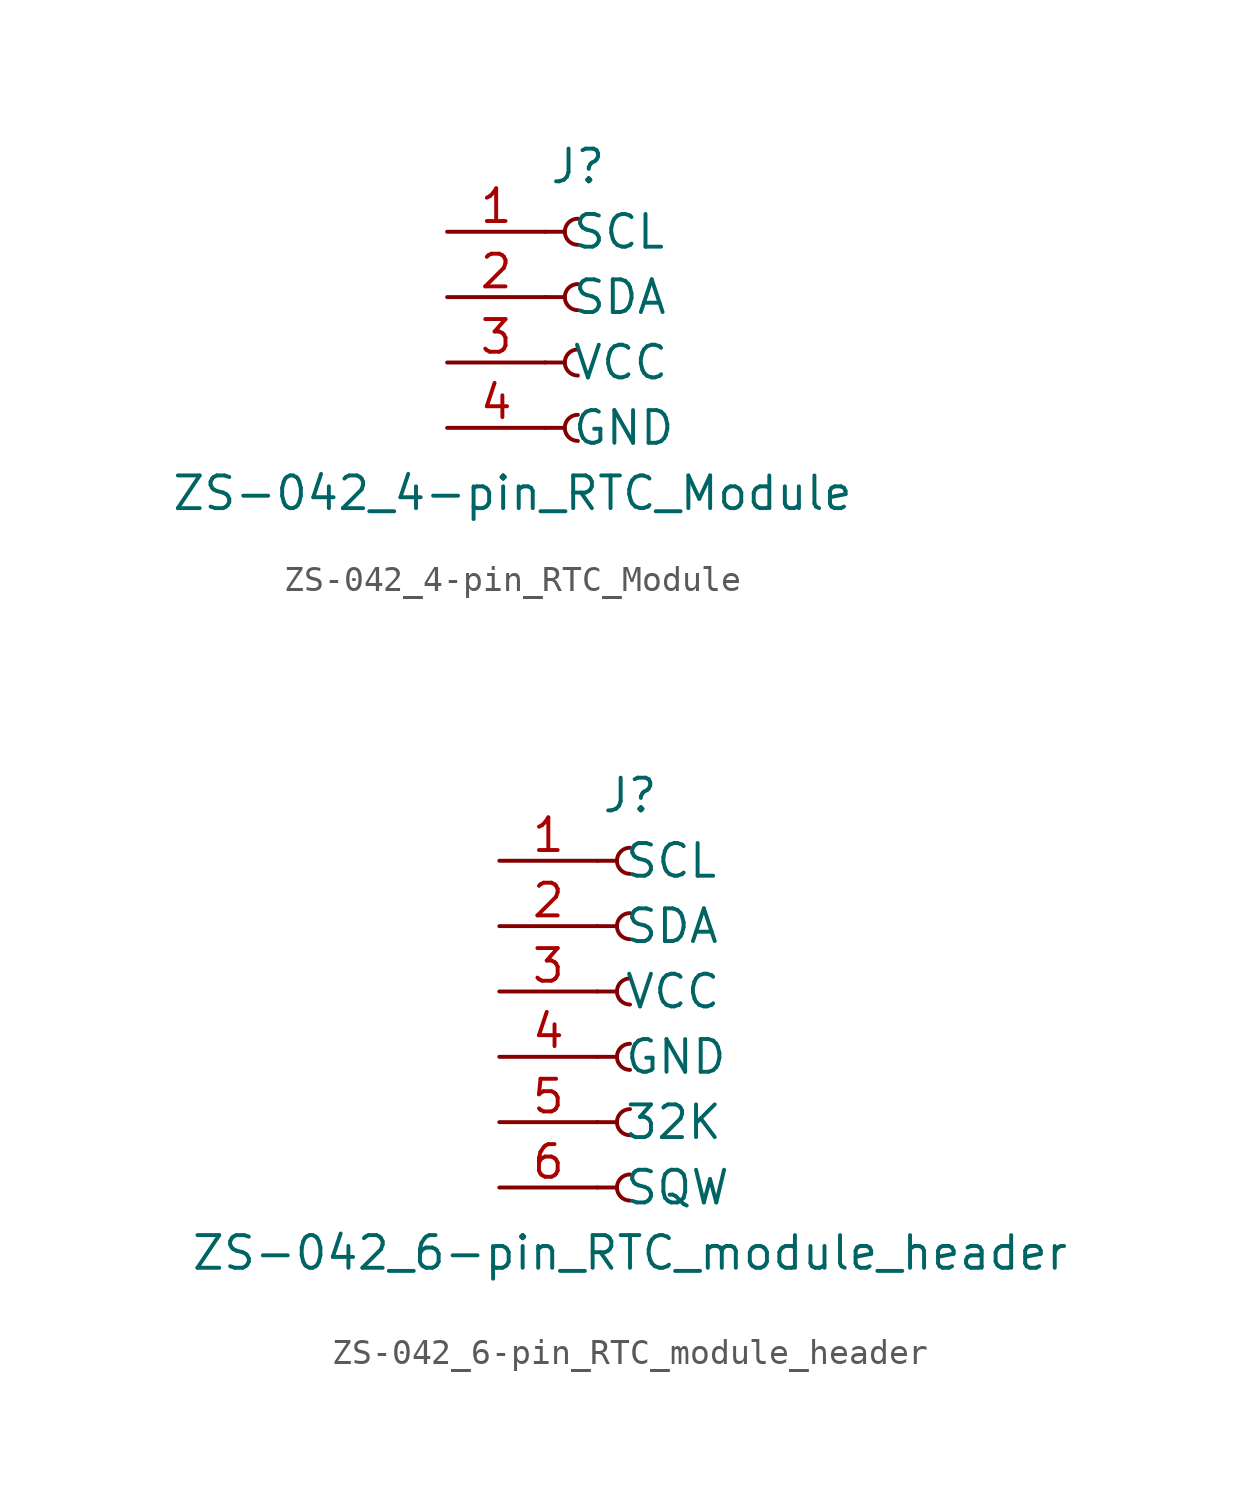
<source format=kicad_sym>
(kicad_symbol_lib
  (version 20231120)
  (generator "kicad_symbol_editor")
  (generator_version "8.0")
  (symbol "ZS-042_4-pin_RTC_Module"
    (pin_names
      (offset 1.016))
    (property "Reference" "J"
      (at 0 5.08 0)
      (effects (font (size 1.27 1.27))))
    (property "Value" "ZS-042_4-pin_RTC_Module"
      (at -2.54 -7.62 0)
      (effects (font (size 1.27 1.27))))
    (symbol "ZS-042_4-pin_RTC_Module_1_1"
      (arc (start 0 -4.572) (mid -0.5058 -5.08) (end 0 -5.588) (stroke (width 0.1524) (type default)) (fill (type none)))
      (arc (start 0 -2.032) (mid -0.5058 -2.54) (end 0 -3.048) (stroke (width 0.1524) (type default)) (fill (type none)))
      (polyline (pts (xy -1.27 -5.08) (xy -0.508 -5.08)) (stroke (width 0.152) (type default)) (fill (type none)))
      (polyline (pts (xy -1.27 -2.54) (xy -0.508 -2.54)) (stroke (width 0.152) (type default)) (fill (type none)))
      (polyline (pts (xy -1.27 0) (xy -0.508 0)) (stroke (width 0.152) (type default)) (fill (type none)))
      (polyline (pts (xy -1.27 2.54) (xy -0.508 2.54)) (stroke (width 0.152) (type default)) (fill (type none)))
      (arc (start 0 0.508) (mid -0.5058 0) (end 0 -0.508) (stroke (width 0.1524) (type default)) (fill (type none)))
      (arc (start 0 3.048) (mid -0.5058 2.54) (end 0 2.032) (stroke (width 0.1524) (type default)) (fill (type none)))
      (pin passive line (at -5.08 2.54 0) (length 3.81) (name "SCL" (effects (font (size 1.27 1.27)))) (number "1" (effects (font (size 1.27 1.27)))))
      (pin passive line (at -5.08 0 0) (length 3.81) (name "SDA" (effects (font (size 1.27 1.27)))) (number "2" (effects (font (size 1.27 1.27)))))
      (pin power_in line (at -5.08 -2.54 0) (length 3.81) (name "VCC" (effects (font (size 1.27 1.27)))) (number "3" (effects (font (size 1.27 1.27)))))
      (pin power_in line (at -5.08 -5.08 0) (length 3.81) (name "GND" (effects (font (size 1.27 1.27)))) (number "4" (effects (font (size 1.27 1.27)))))))
  (symbol "ZS-042_6-pin_RTC_module_header"
    (pin_names
      (offset 1.016))
    (property "Reference" "J"
      (at 0 7.62 0)
      (effects (font (size 1.27 1.27))))
    (property "Value" "ZS-042_6-pin_RTC_module_header"
      (at 0 -10.16 0)
      (effects (font (size 1.27 1.27))))
    (symbol "ZS-042_6-pin_RTC_module_header_1_1"
      (arc (start 0 -7.112) (mid -0.5058 -7.62) (end 0 -8.128) (stroke (width 0.1524) (type default)) (fill (type none)))
      (arc (start 0 -4.572) (mid -0.5058 -5.08) (end 0 -5.588) (stroke (width 0.1524) (type default)) (fill (type none)))
      (arc (start 0 -2.032) (mid -0.5058 -2.54) (end 0 -3.048) (stroke (width 0.1524) (type default)) (fill (type none)))
      (polyline (pts (xy -1.27 -7.62) (xy -0.508 -7.62)) (stroke (width 0.152) (type default)) (fill (type none)))
      (polyline (pts (xy -1.27 -5.08) (xy -0.508 -5.08)) (stroke (width 0.152) (type default)) (fill (type none)))
      (polyline (pts (xy -1.27 -2.54) (xy -0.508 -2.54)) (stroke (width 0.152) (type default)) (fill (type none)))
      (polyline (pts (xy -1.27 0) (xy -0.508 0)) (stroke (width 0.152) (type default)) (fill (type none)))
      (polyline (pts (xy -1.27 2.54) (xy -0.508 2.54)) (stroke (width 0.152) (type default)) (fill (type none)))
      (polyline (pts (xy -1.27 5.08) (xy -0.508 5.08)) (stroke (width 0.152) (type default)) (fill (type none)))
      (arc (start 0 0.508) (mid -0.5058 0) (end 0 -0.508) (stroke (width 0.1524) (type default)) (fill (type none)))
      (arc (start 0 3.048) (mid -0.5058 2.54) (end 0 2.032) (stroke (width 0.1524) (type default)) (fill (type none)))
      (arc (start 0 5.588) (mid -0.5058 5.08) (end 0 4.572) (stroke (width 0.1524) (type default)) (fill (type none)))
      (pin passive line (at -5.08 5.08 0) (length 3.81) (name "SCL" (effects (font (size 1.27 1.27)))) (number "1" (effects (font (size 1.27 1.27)))))
      (pin passive line (at -5.08 2.54 0) (length 3.81) (name "SDA" (effects (font (size 1.27 1.27)))) (number "2" (effects (font (size 1.27 1.27)))))
      (pin power_in line (at -5.08 0 0) (length 3.81) (name "VCC" (effects (font (size 1.27 1.27)))) (number "3" (effects (font (size 1.27 1.27)))))
      (pin power_in line (at -5.08 -2.54 0) (length 3.81) (name "GND" (effects (font (size 1.27 1.27)))) (number "4" (effects (font (size 1.27 1.27)))))
      (pin passive line (at -5.08 -5.08 0) (length 3.81) (name "32K" (effects (font (size 1.27 1.27)))) (number "5" (effects (font (size 1.27 1.27)))))
      (pin passive line (at -5.08 -7.62 0) (length 3.81) (name "SQW" (effects (font (size 1.27 1.27)))) (number "6" (effects (font (size 1.27 1.27))))))))
</source>
